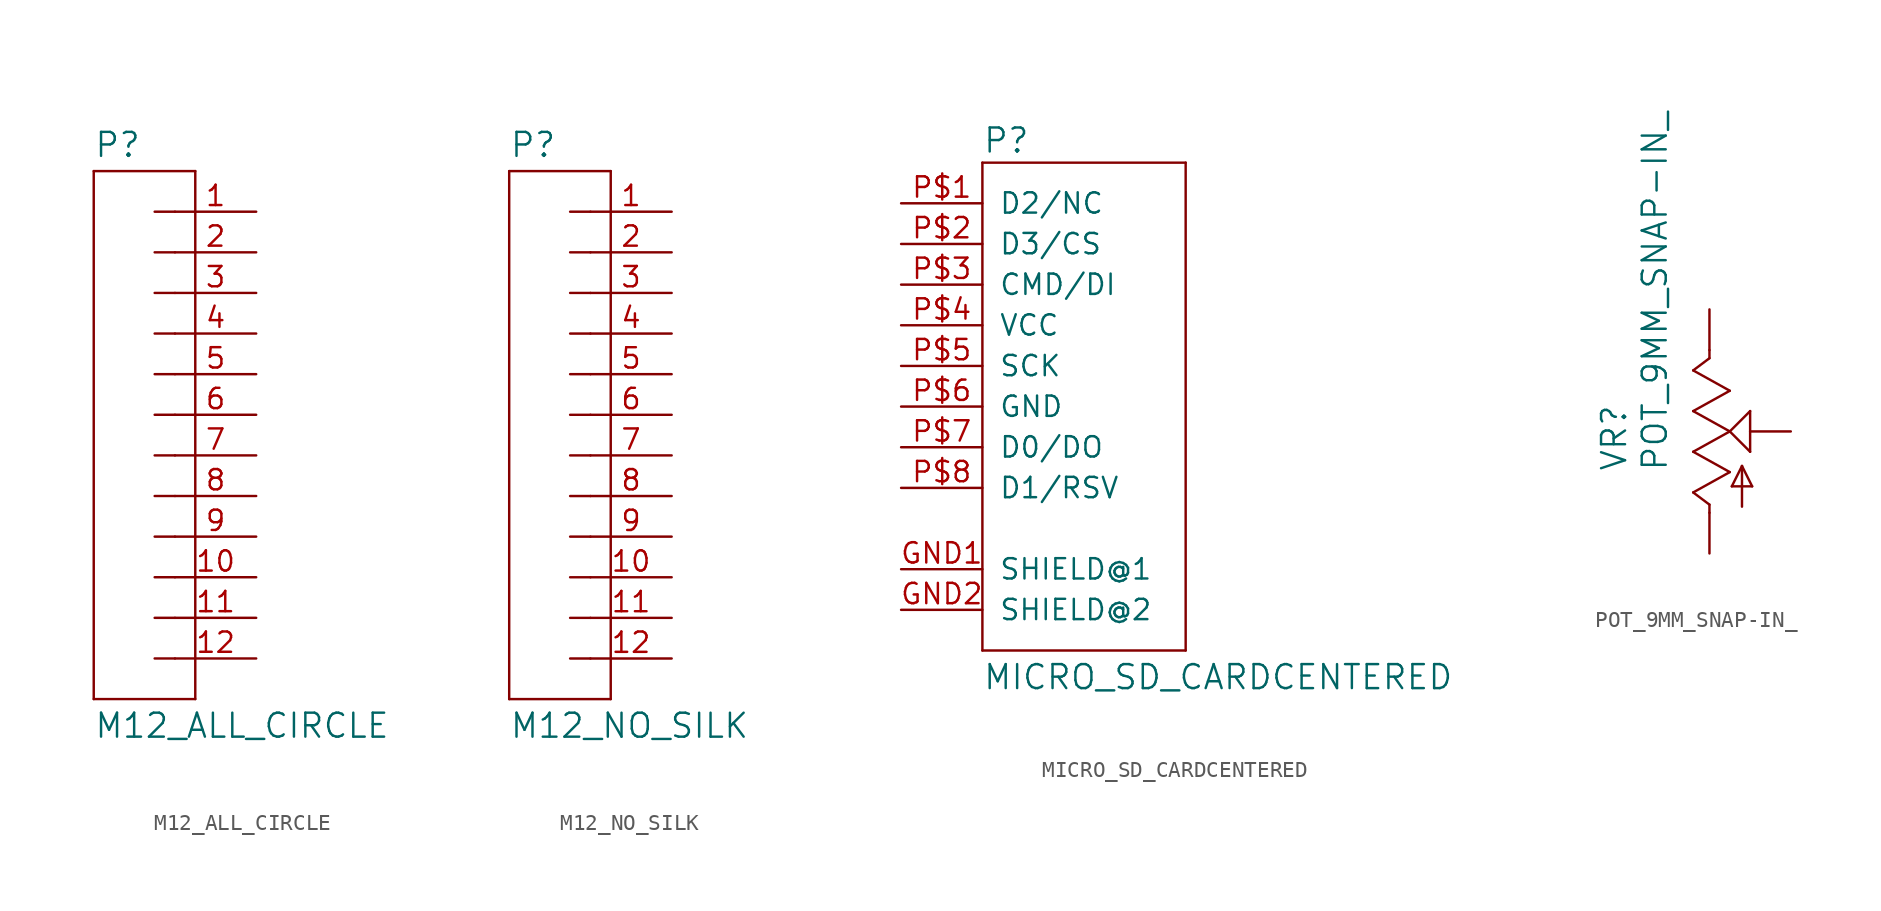
<source format=kicad_sym>
(kicad_symbol_lib
  (version 20231120)
  (generator "kicad_symbol_editor")
  (generator_version "8.0")
  (symbol "M12_ALL_CIRCLE"
    (pin_names
      (offset 1.016))
    (property "Reference" "P"
      (at 0 0.762 0)
      (effects (font (size 1.499 1.499)) (justify left bottom)))
    (property "Value" "M12_ALL_CIRCLE"
      (at 0 -35.56 0)
      (effects (font (size 1.499 1.499)) (justify left bottom)))
    (property "ki_locked" ""
      (at 0 0 0)
      (effects (font (size 1.27 1.27))))
    (symbol "M12_ALL_CIRCLE_1_0"
      (polyline (pts (xy 0 -33.02) (xy 6.35 -33.02)) (stroke (width 0) (type solid)) (fill (type none)))
      (polyline (pts (xy 0 0) (xy 0 -33.02)) (stroke (width 0) (type solid)) (fill (type none)))
      (polyline (pts (xy 0 0) (xy 6.35 0)) (stroke (width 0) (type solid)) (fill (type none)))
      (polyline (pts (xy 3.81 -30.48) (xy 5.08 -30.48)) (stroke (width 0) (type solid)) (fill (type none)))
      (polyline (pts (xy 3.81 -27.94) (xy 5.08 -27.94)) (stroke (width 0) (type solid)) (fill (type none)))
      (polyline (pts (xy 3.81 -25.4) (xy 5.08 -25.4)) (stroke (width 0) (type solid)) (fill (type none)))
      (polyline (pts (xy 3.81 -22.86) (xy 5.08 -22.86)) (stroke (width 0) (type solid)) (fill (type none)))
      (polyline (pts (xy 3.81 -20.32) (xy 5.08 -20.32)) (stroke (width 0) (type solid)) (fill (type none)))
      (polyline (pts (xy 3.81 -17.78) (xy 5.08 -17.78)) (stroke (width 0) (type solid)) (fill (type none)))
      (polyline (pts (xy 3.81 -15.24) (xy 5.08 -15.24)) (stroke (width 0) (type solid)) (fill (type none)))
      (polyline (pts (xy 3.81 -12.7) (xy 5.08 -12.7)) (stroke (width 0) (type solid)) (fill (type none)))
      (polyline (pts (xy 3.81 -10.16) (xy 5.08 -10.16)) (stroke (width 0) (type solid)) (fill (type none)))
      (polyline (pts (xy 3.81 -7.62) (xy 5.08 -7.62)) (stroke (width 0) (type solid)) (fill (type none)))
      (polyline (pts (xy 3.81 -5.08) (xy 5.08 -5.08)) (stroke (width 0) (type solid)) (fill (type none)))
      (polyline (pts (xy 3.81 -2.54) (xy 5.08 -2.54)) (stroke (width 0) (type solid)) (fill (type none)))
      (polyline (pts (xy 6.35 -33.02) (xy 6.35 0)) (stroke (width 0) (type solid)) (fill (type none)))
      (pin passive line (at 10.16 -2.54 180) (length 5.08) (name "1" (effects (font (size 0 0)))) (number "1" (effects (font (size 1.27 1.27)))))
      (pin passive line (at 10.16 -25.4 180) (length 5.08) (name "10" (effects (font (size 0 0)))) (number "10" (effects (font (size 1.27 1.27)))))
      (pin passive line (at 10.16 -27.94 180) (length 5.08) (name "11" (effects (font (size 0 0)))) (number "11" (effects (font (size 1.27 1.27)))))
      (pin passive line (at 10.16 -30.48 180) (length 5.08) (name "12" (effects (font (size 0 0)))) (number "12" (effects (font (size 1.27 1.27)))))
      (pin passive line (at 10.16 -5.08 180) (length 5.08) (name "2" (effects (font (size 0 0)))) (number "2" (effects (font (size 1.27 1.27)))))
      (pin passive line (at 10.16 -7.62 180) (length 5.08) (name "3" (effects (font (size 0 0)))) (number "3" (effects (font (size 1.27 1.27)))))
      (pin passive line (at 10.16 -10.16 180) (length 5.08) (name "4" (effects (font (size 0 0)))) (number "4" (effects (font (size 1.27 1.27)))))
      (pin passive line (at 10.16 -12.7 180) (length 5.08) (name "5" (effects (font (size 0 0)))) (number "5" (effects (font (size 1.27 1.27)))))
      (pin passive line (at 10.16 -15.24 180) (length 5.08) (name "6" (effects (font (size 0 0)))) (number "6" (effects (font (size 1.27 1.27)))))
      (pin passive line (at 10.16 -17.78 180) (length 5.08) (name "7" (effects (font (size 0 0)))) (number "7" (effects (font (size 1.27 1.27)))))
      (pin passive line (at 10.16 -20.32 180) (length 5.08) (name "8" (effects (font (size 0 0)))) (number "8" (effects (font (size 1.27 1.27)))))
      (pin passive line (at 10.16 -22.86 180) (length 5.08) (name "9" (effects (font (size 0 0)))) (number "9" (effects (font (size 1.27 1.27)))))))
  (symbol "M12_NO_SILK"
    (pin_names
      (offset 1.016))
    (property "Reference" "P"
      (at 0 0.762 0)
      (effects (font (size 1.499 1.499)) (justify left bottom)))
    (property "Value" "M12_NO_SILK"
      (at 0 -35.56 0)
      (effects (font (size 1.499 1.499)) (justify left bottom)))
    (property "ki_locked" ""
      (at 0 0 0)
      (effects (font (size 1.27 1.27))))
    (symbol "M12_NO_SILK_1_0"
      (polyline (pts (xy 0 -33.02) (xy 6.35 -33.02)) (stroke (width 0) (type solid)) (fill (type none)))
      (polyline (pts (xy 0 0) (xy 0 -33.02)) (stroke (width 0) (type solid)) (fill (type none)))
      (polyline (pts (xy 0 0) (xy 6.35 0)) (stroke (width 0) (type solid)) (fill (type none)))
      (polyline (pts (xy 3.81 -30.48) (xy 5.08 -30.48)) (stroke (width 0) (type solid)) (fill (type none)))
      (polyline (pts (xy 3.81 -27.94) (xy 5.08 -27.94)) (stroke (width 0) (type solid)) (fill (type none)))
      (polyline (pts (xy 3.81 -25.4) (xy 5.08 -25.4)) (stroke (width 0) (type solid)) (fill (type none)))
      (polyline (pts (xy 3.81 -22.86) (xy 5.08 -22.86)) (stroke (width 0) (type solid)) (fill (type none)))
      (polyline (pts (xy 3.81 -20.32) (xy 5.08 -20.32)) (stroke (width 0) (type solid)) (fill (type none)))
      (polyline (pts (xy 3.81 -17.78) (xy 5.08 -17.78)) (stroke (width 0) (type solid)) (fill (type none)))
      (polyline (pts (xy 3.81 -15.24) (xy 5.08 -15.24)) (stroke (width 0) (type solid)) (fill (type none)))
      (polyline (pts (xy 3.81 -12.7) (xy 5.08 -12.7)) (stroke (width 0) (type solid)) (fill (type none)))
      (polyline (pts (xy 3.81 -10.16) (xy 5.08 -10.16)) (stroke (width 0) (type solid)) (fill (type none)))
      (polyline (pts (xy 3.81 -7.62) (xy 5.08 -7.62)) (stroke (width 0) (type solid)) (fill (type none)))
      (polyline (pts (xy 3.81 -5.08) (xy 5.08 -5.08)) (stroke (width 0) (type solid)) (fill (type none)))
      (polyline (pts (xy 3.81 -2.54) (xy 5.08 -2.54)) (stroke (width 0) (type solid)) (fill (type none)))
      (polyline (pts (xy 6.35 -33.02) (xy 6.35 0)) (stroke (width 0) (type solid)) (fill (type none)))
      (pin passive line (at 10.16 -2.54 180) (length 5.08) (name "1" (effects (font (size 0 0)))) (number "1" (effects (font (size 1.27 1.27)))))
      (pin passive line (at 10.16 -25.4 180) (length 5.08) (name "10" (effects (font (size 0 0)))) (number "10" (effects (font (size 1.27 1.27)))))
      (pin passive line (at 10.16 -27.94 180) (length 5.08) (name "11" (effects (font (size 0 0)))) (number "11" (effects (font (size 1.27 1.27)))))
      (pin passive line (at 10.16 -30.48 180) (length 5.08) (name "12" (effects (font (size 0 0)))) (number "12" (effects (font (size 1.27 1.27)))))
      (pin passive line (at 10.16 -5.08 180) (length 5.08) (name "2" (effects (font (size 0 0)))) (number "2" (effects (font (size 1.27 1.27)))))
      (pin passive line (at 10.16 -7.62 180) (length 5.08) (name "3" (effects (font (size 0 0)))) (number "3" (effects (font (size 1.27 1.27)))))
      (pin passive line (at 10.16 -10.16 180) (length 5.08) (name "4" (effects (font (size 0 0)))) (number "4" (effects (font (size 1.27 1.27)))))
      (pin passive line (at 10.16 -12.7 180) (length 5.08) (name "5" (effects (font (size 0 0)))) (number "5" (effects (font (size 1.27 1.27)))))
      (pin passive line (at 10.16 -15.24 180) (length 5.08) (name "6" (effects (font (size 0 0)))) (number "6" (effects (font (size 1.27 1.27)))))
      (pin passive line (at 10.16 -17.78 180) (length 5.08) (name "7" (effects (font (size 0 0)))) (number "7" (effects (font (size 1.27 1.27)))))
      (pin passive line (at 10.16 -20.32 180) (length 5.08) (name "8" (effects (font (size 0 0)))) (number "8" (effects (font (size 1.27 1.27)))))
      (pin passive line (at 10.16 -22.86 180) (length 5.08) (name "9" (effects (font (size 0 0)))) (number "9" (effects (font (size 1.27 1.27)))))))
  (symbol "MICRO_SD_CARDCENTERED"
    (pin_names
      (offset 1.016))
    (property "Reference" "P"
      (at -2.54 15.748 0)
      (effects (font (size 1.499 1.499)) (justify left bottom)))
    (property "Value" "MICRO_SD_CARDCENTERED"
      (at -2.54 -17.78 0)
      (effects (font (size 1.499 1.499)) (justify left bottom)))
    (property "ki_locked" ""
      (at 0 0 0)
      (effects (font (size 1.27 1.27))))
    (symbol "MICRO_SD_CARDCENTERED_1_0"
      (polyline (pts (xy -2.54 -15.24) (xy -2.54 15.24)) (stroke (width 0) (type solid)) (fill (type none)))
      (polyline (pts (xy -2.54 15.24) (xy 10.16 15.24)) (stroke (width 0) (type solid)) (fill (type none)))
      (polyline (pts (xy 10.16 -15.24) (xy -2.54 -15.24)) (stroke (width 0) (type solid)) (fill (type none)))
      (polyline (pts (xy 10.16 15.24) (xy 10.16 -15.24)) (stroke (width 0) (type solid)) (fill (type none)))
      (pin bidirectional line (at -7.62 -10.16 0) (length 5.08) (name "SHIELD@1" (effects (font (size 1.27 1.27)))) (number "GND1" (effects (font (size 1.27 1.27)))))
      (pin bidirectional line (at -7.62 -12.7 0) (length 5.08) (name "SHIELD@2" (effects (font (size 1.27 1.27)))) (number "GND2" (effects (font (size 1.27 1.27)))))
      (pin bidirectional line (at -7.62 12.7 0) (length 5.08) (name "D2/NC" (effects (font (size 1.27 1.27)))) (number "P$1" (effects (font (size 1.27 1.27)))))
      (pin bidirectional line (at -7.62 10.16 0) (length 5.08) (name "D3/CS" (effects (font (size 1.27 1.27)))) (number "P$2" (effects (font (size 1.27 1.27)))))
      (pin bidirectional line (at -7.62 7.62 0) (length 5.08) (name "CMD/DI" (effects (font (size 1.27 1.27)))) (number "P$3" (effects (font (size 1.27 1.27)))))
      (pin bidirectional line (at -7.62 5.08 0) (length 5.08) (name "VCC" (effects (font (size 1.27 1.27)))) (number "P$4" (effects (font (size 1.27 1.27)))))
      (pin bidirectional line (at -7.62 2.54 0) (length 5.08) (name "SCK" (effects (font (size 1.27 1.27)))) (number "P$5" (effects (font (size 1.27 1.27)))))
      (pin bidirectional line (at -7.62 0 0) (length 5.08) (name "GND" (effects (font (size 1.27 1.27)))) (number "P$6" (effects (font (size 1.27 1.27)))))
      (pin bidirectional line (at -7.62 -2.54 0) (length 5.08) (name "D0/DO" (effects (font (size 1.27 1.27)))) (number "P$7" (effects (font (size 1.27 1.27)))))
      (pin bidirectional line (at -7.62 -5.08 0) (length 5.08) (name "D1/RSV" (effects (font (size 1.27 1.27)))) (number "P$8" (effects (font (size 1.27 1.27)))))))
  (symbol "POT_9MM_SNAP-IN_"
    (pin_names
      (offset 1.016))
    (property "Reference" "VR"
      (at -5.08 -2.54 90)
      (effects (font (size 1.499 1.499)) (justify left bottom)))
    (property "Value" "POT_9MM_SNAP-IN_"
      (at -2.54 -2.54 90)
      (effects (font (size 1.499 1.499)) (justify left bottom)))
    (property "ki_locked" ""
      (at 0 0 0)
      (effects (font (size 1.27 1.27))))
    (symbol "POT_9MM_SNAP-IN__1_0"
      (polyline (pts (xy -1.016 -3.81) (xy 1.27 -2.54)) (stroke (width 0) (type solid)) (fill (type none)))
      (polyline (pts (xy -1.016 -1.27) (xy 1.27 0)) (stroke (width 0) (type solid)) (fill (type none)))
      (polyline (pts (xy -1.016 1.27) (xy 1.27 2.54)) (stroke (width 0) (type solid)) (fill (type none)))
      (polyline (pts (xy -1.016 3.81) (xy 0 4.572)) (stroke (width 0) (type solid)) (fill (type none)))
      (polyline (pts (xy 0 -5.08) (xy 0 -4.572)) (stroke (width 0) (type solid)) (fill (type none)))
      (polyline (pts (xy 0 -4.572) (xy -1.016 -3.81)) (stroke (width 0) (type solid)) (fill (type none)))
      (polyline (pts (xy 0 4.572) (xy 0 5.08)) (stroke (width 0) (type solid)) (fill (type none)))
      (polyline (pts (xy 1.27 -2.54) (xy -1.016 -1.27)) (stroke (width 0) (type solid)) (fill (type none)))
      (polyline (pts (xy 1.27 0) (xy -1.016 1.27)) (stroke (width 0) (type solid)) (fill (type none)))
      (polyline (pts (xy 1.27 0) (xy 2.54 1.27)) (stroke (width 0) (type solid)) (fill (type none)))
      (polyline (pts (xy 1.27 2.54) (xy -1.016 3.81)) (stroke (width 0) (type solid)) (fill (type none)))
      (polyline (pts (xy 1.397 -3.429) (xy 2.032 -2.159)) (stroke (width 0) (type solid)) (fill (type none)))
      (polyline (pts (xy 2.032 -4.699) (xy 2.032 -2.159)) (stroke (width 0) (type solid)) (fill (type none)))
      (polyline (pts (xy 2.032 -2.159) (xy 2.667 -3.429)) (stroke (width 0) (type solid)) (fill (type none)))
      (polyline (pts (xy 2.54 -1.27) (xy 1.27 0)) (stroke (width 0) (type solid)) (fill (type none)))
      (polyline (pts (xy 2.54 1.27) (xy 2.54 -1.27)) (stroke (width 0) (type solid)) (fill (type none)))
      (polyline (pts (xy 2.667 -3.429) (xy 1.397 -3.429)) (stroke (width 0) (type solid)) (fill (type none)))
      (pin passive line (at 0 -7.62 90) (length 2.54) (name "1" (effects (font (size 0 0)))) (number "1" (effects (font (size 0 0)))))
      (pin passive line (at 5.08 0 180) (length 2.54) (name "2" (effects (font (size 0 0)))) (number "2" (effects (font (size 0 0)))))
      (pin passive line (at 0 7.62 270) (length 2.54) (name "3" (effects (font (size 0 0)))) (number "3" (effects (font (size 0 0))))))))
</source>
